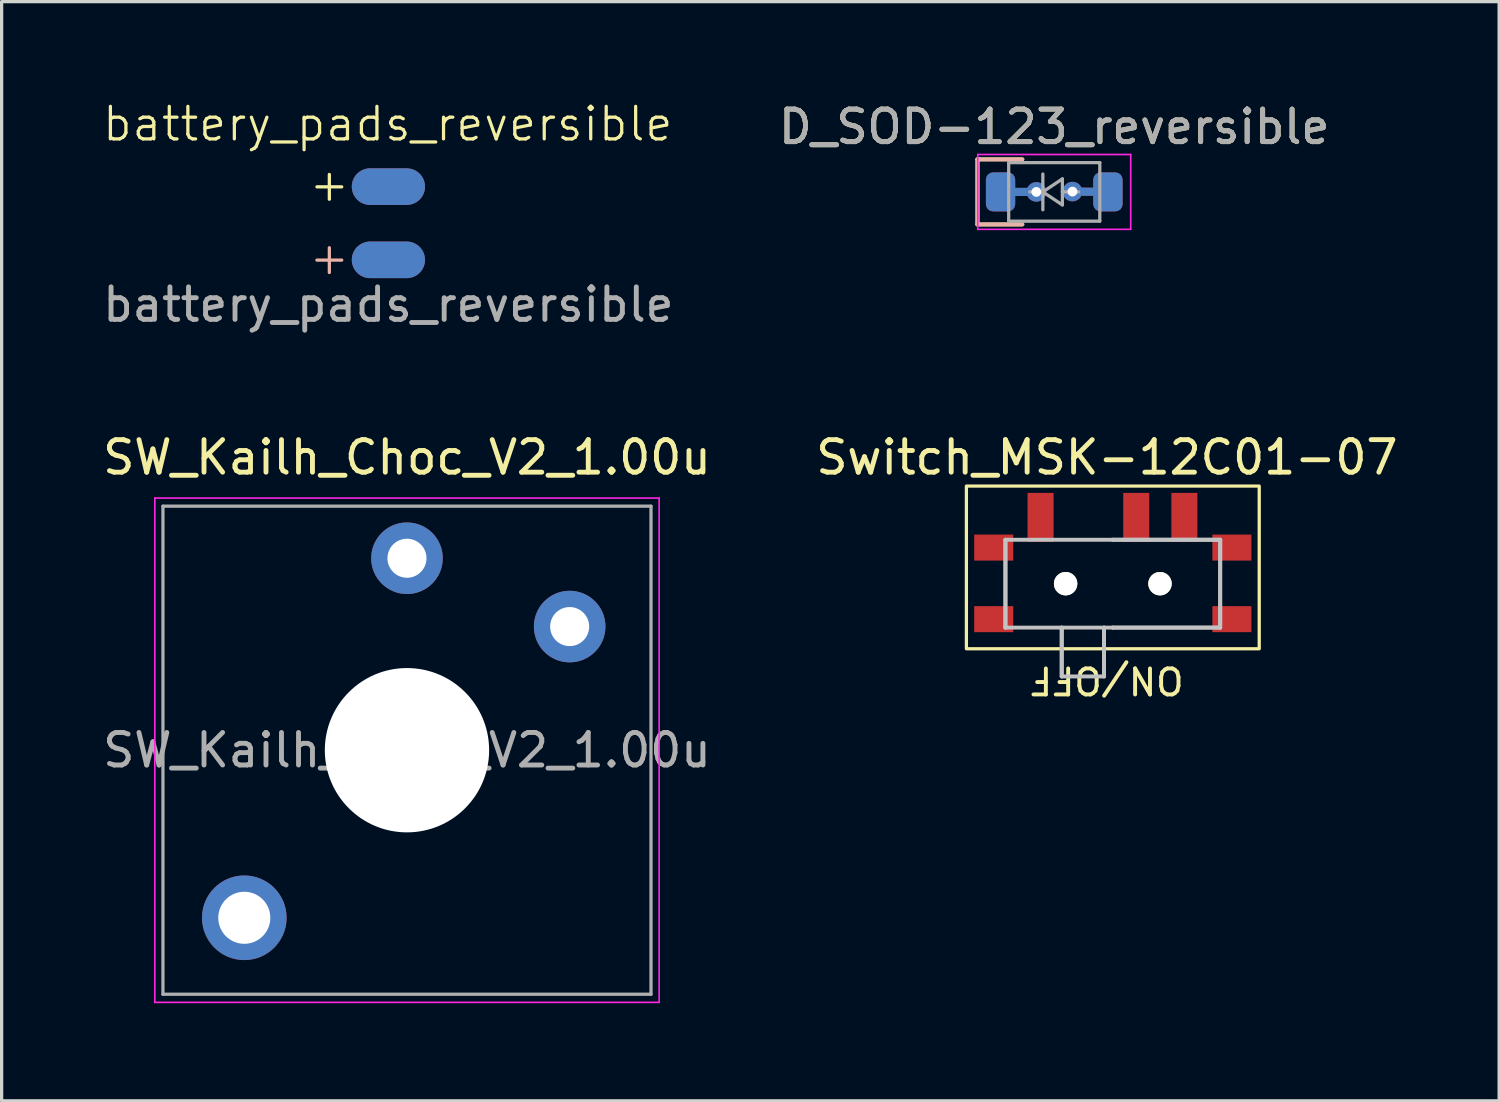
<source format=kicad_pcb>
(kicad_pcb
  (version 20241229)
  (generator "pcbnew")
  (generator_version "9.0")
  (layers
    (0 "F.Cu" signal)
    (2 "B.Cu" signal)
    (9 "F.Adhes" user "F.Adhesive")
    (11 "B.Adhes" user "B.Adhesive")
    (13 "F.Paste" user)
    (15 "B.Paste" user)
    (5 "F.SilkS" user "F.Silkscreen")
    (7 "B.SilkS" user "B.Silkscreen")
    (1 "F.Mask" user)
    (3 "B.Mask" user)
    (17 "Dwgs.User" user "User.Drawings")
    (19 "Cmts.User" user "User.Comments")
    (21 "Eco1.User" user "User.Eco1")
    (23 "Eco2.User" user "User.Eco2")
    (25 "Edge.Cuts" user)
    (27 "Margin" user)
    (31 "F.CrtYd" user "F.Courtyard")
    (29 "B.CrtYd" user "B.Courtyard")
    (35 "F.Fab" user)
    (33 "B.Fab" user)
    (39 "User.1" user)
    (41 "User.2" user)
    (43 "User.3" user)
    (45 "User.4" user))
  (footprint "battery_pads_reversible"
    (layer "F.Cu")
    (at 8.887 3.811)
    (property "Reference" "battery_pads_reversible" (at -0.02 -3.05 0) (unlocked yes) (layer "F.SilkS") (effects (font (size 1 1) (thickness 0.1))))
    (attr smd)
    (fp_text user "+" (at -2.5 -0.61 0) (unlocked yes) (layer "F.SilkS") (effects (font (size 1 1) (thickness 0.1)) (justify left bottom)))
    (fp_text user "+" (at -2.5 0.625 180) (unlocked yes) (layer "B.SilkS") (effects (font (size 1 1) (thickness 0.1)) (justify left bottom mirror)))
    (fp_text user "${REFERENCE}" (at 0 2.5 0) (unlocked yes) (layer "F.Fab") (effects (font (size 1 1) (thickness 0.15))))
    (pad "+" smd oval (at 0 -1.125) (size 2.25 1.125) (layers "F.Cu" "F.Mask" "F.Paste"))
    (pad "+" smd oval (at 0 1.125 180) (size 2.25 1.125) (layers "B.Cu" "B.Mask" "B.Paste"))
    (pad "-" smd oval (at 0 -1.125 180) (size 2.25 1.125) (layers "B.Cu" "B.Mask" "B.Paste"))
    (pad "-" smd oval (at 0 1.125) (size 2.25 1.125) (layers "F.Cu" "F.Mask" "F.Paste")))
  (footprint "Switch_MSK-12C01-07"
    (layer "F.Cu")
    (at 31.151 14.889)
    (property "Reference" "Switch_MSK-12C01-07" (at -0.181 -3.882 0) (layer "F.SilkS") (effects (font (size 1 1) (thickness 0.15))))
    (attr through_hole)
    (fp_rect (start -4.5 -3) (end 4.5 2) (stroke (width 0.1) (type default)) (fill no) (layer "F.SilkS"))
    (fp_line (start -3.3 -1.35) (end -3.3 1.35) (stroke (width 0.12) (type solid)) (layer "Dwgs.User"))
    (fp_line (start -3.3 -1.35) (end -3.3 1.35) (stroke (width 0.12) (type solid)) (layer "Dwgs.User"))
    (fp_line (start -3.3 -1.35) (end 0 -1.35) (stroke (width 0.12) (type solid)) (layer "Dwgs.User"))
    (fp_line (start -3.3 1.35) (end 0 1.35) (stroke (width 0.12) (type solid)) (layer "Dwgs.User"))
    (fp_line (start -1.57 1.35) (end -1.57 2.85) (stroke (width 0.12) (type solid)) (layer "Dwgs.User"))
    (fp_line (start -1.57 1.35) (end -1.57 2.85) (stroke (width 0.12) (type solid)) (layer "Dwgs.User"))
    (fp_line (start -1.57 2.85) (end -0.27 2.85) (stroke (width 0.12) (type solid)) (layer "Dwgs.User"))
    (fp_line (start -0.27 1.35) (end -0.27 2.85) (stroke (width 0.12) (type solid)) (layer "Dwgs.User"))
    (fp_line (start -0.27 1.35) (end -0.27 2.85) (stroke (width 0.12) (type solid)) (layer "Dwgs.User"))
    (fp_line (start 0 -1.35) (end 3.3 -1.35) (stroke (width 0.12) (type solid)) (layer "Dwgs.User"))
    (fp_line (start 0 -1.35) (end 3.3 -1.35) (stroke (width 0.12) (type solid)) (layer "Dwgs.User"))
    (fp_line (start 0 1.35) (end 3.3 1.35) (stroke (width 0.12) (type solid)) (layer "Dwgs.User"))
    (fp_line (start 0 1.35) (end 3.3 1.35) (stroke (width 0.12) (type solid)) (layer "Dwgs.User"))
    (fp_line (start 3.3 -1.35) (end 3.3 1.35) (stroke (width 0.12) (type solid)) (layer "Dwgs.User"))
    (fp_line (start 3.3 -1.35) (end 3.3 1.35) (stroke (width 0.12) (type solid)) (layer "Dwgs.User"))
    (fp_text user "ON/OFF" (at 2.25 2.5 180) (unlocked yes) (layer "F.SilkS") (effects (font (size 0.8 0.8) (thickness 0.12)) (justify left bottom)))
    (pad "" np_thru_hole circle (at -1.45 0) (size 0.72 0.72) (drill 0.72) (layers "*.Cu" "*.Mask" "F.SilkS"))
    (pad "" np_thru_hole circle (at 1.45 0) (size 0.72 0.72) (drill 0.72) (layers "*.Cu" "*.Mask" "F.SilkS"))
    (pad "1" smd rect (at -2.22 -2.04) (size 0.8 1.5) (layers "F.Cu" "F.Mask" "F.Paste"))
    (pad "2" smd rect (at 0.72 -2.04) (size 0.8 1.5) (layers "F.Cu" "F.Mask" "F.Paste"))
    (pad "3" smd rect (at 2.2 -2.04) (size 0.8 1.5) (layers "F.Cu" "F.Mask" "F.Paste"))
    (pad "4" smd rect (at -3.66 -1.11) (size 1.2 0.8) (layers "F.Cu" "F.Mask" "F.Paste"))
    (pad "4" smd rect (at -3.66 1.09) (size 1.2 0.8) (layers "F.Cu" "F.Mask" "F.Paste"))
    (pad "4" smd rect (at 3.66 -1.11) (size 1.2 0.8) (layers "F.Cu" "F.Mask" "F.Paste"))
    (pad "4" smd rect (at 3.66 1.09) (size 1.2 0.8) (layers "F.Cu" "F.Mask" "F.Paste")))
  (footprint "D_SOD-123_reversible"
    (layer "F.Cu")
    (at 29.351 2.848)
    (property "Reference" "D_SOD-123_reversible" (at 0 -2 0) (layer "F.SilkS") (effects (font (size 1 1) (thickness 0.15))))
    (attr smd)
    (fp_line (start -0.55 0) (end -1.65 0) (stroke (width 0.25) (type default)) (layer "F.Cu"))
    (fp_line (start 0.56 -0.01) (end 1.65 0) (stroke (width 0.25) (type default)) (layer "F.Cu"))
    (fp_line (start -0.55 0) (end -1.65 0) (stroke (width 0.25) (type default)) (layer "B.Cu"))
    (fp_line (start 0.56 -0.01) (end 1.65 0) (stroke (width 0.25) (type default)) (layer "B.Cu"))
    (fp_line (start -2.36 -1) (end -2.36 1) (stroke (width 0.12) (type solid)) (layer "F.SilkS"))
    (fp_line (start -2.36 -1) (end -0.98 -1) (stroke (width 0.12) (type solid)) (layer "F.SilkS"))
    (fp_line (start -2.36 1) (end -0.98 1) (stroke (width 0.12) (type solid)) (layer "F.SilkS"))
    (fp_line (start -2.36 -1) (end -2.36 1) (stroke (width 0.12) (type solid)) (layer "B.SilkS"))
    (fp_line (start -0.98 -1) (end -2.36 -1) (stroke (width 0.12) (type solid)) (layer "B.SilkS"))
    (fp_line (start -0.98 1) (end -2.36 1) (stroke (width 0.12) (type solid)) (layer "B.SilkS"))
    (fp_line (start -2.35 -1.15) (end -2.35 1.15) (stroke (width 0.05) (type solid)) (layer "F.CrtYd"))
    (fp_line (start -2.35 -1.15) (end 2.35 -1.15) (stroke (width 0.05) (type solid)) (layer "F.CrtYd"))
    (fp_line (start 2.35 -1.15) (end 2.35 1.15) (stroke (width 0.05) (type solid)) (layer "F.CrtYd"))
    (fp_line (start 2.35 1.15) (end -2.35 1.15) (stroke (width 0.05) (type solid)) (layer "F.CrtYd"))
    (fp_line (start -1.4 -0.9) (end 1.4 -0.9) (stroke (width 0.1) (type solid)) (layer "F.Fab"))
    (fp_line (start -1.4 0.9) (end -1.4 -0.9) (stroke (width 0.1) (type solid)) (layer "F.Fab"))
    (fp_line (start -0.75 0) (end -0.35 0) (stroke (width 0.1) (type solid)) (layer "F.Fab"))
    (fp_line (start -0.35 0) (end -0.35 -0.55) (stroke (width 0.1) (type solid)) (layer "F.Fab"))
    (fp_line (start -0.35 0) (end -0.35 0.55) (stroke (width 0.1) (type solid)) (layer "F.Fab"))
    (fp_line (start -0.35 0) (end 0.25 -0.4) (stroke (width 0.1) (type solid)) (layer "F.Fab"))
    (fp_line (start 0.25 -0.4) (end 0.25 0.4) (stroke (width 0.1) (type solid)) (layer "F.Fab"))
    (fp_line (start 0.25 0) (end 0.75 0) (stroke (width 0.1) (type solid)) (layer "F.Fab"))
    (fp_line (start 0.25 0.4) (end -0.35 0) (stroke (width 0.1) (type solid)) (layer "F.Fab"))
    (fp_line (start 1.4 -0.9) (end 1.4 0.9) (stroke (width 0.1) (type solid)) (layer "F.Fab"))
    (fp_line (start 1.4 0.9) (end -1.4 0.9) (stroke (width 0.1) (type solid)) (layer "F.Fab"))
    (fp_text user "${REFERENCE}" (at 0 -2 0) (layer "F.Fab") (effects (font (size 1 1) (thickness 0.15))))
    (pad "" smd roundrect (at -1.65 0) (size 0.9 1.2) (layers "B.Cu" "B.Mask" "B.Paste") (roundrect_rratio 0.25))
    (pad "" smd roundrect (at 1.65 0) (size 0.9 1.2) (layers "B.Cu" "B.Mask" "B.Paste") (roundrect_rratio 0.25))
    (pad "1" smd roundrect (at -1.65 0) (size 0.9 1.2) (layers "F.Cu" "F.Mask" "F.Paste") (roundrect_rratio 0.25))
    (pad "1" thru_hole circle (at -0.55 0) (size 0.6 0.6) (drill 0.3) (layers "*.Cu" "*.Mask"))
    (pad "2" thru_hole circle (at 0.56 -0.01) (size 0.6 0.6) (drill 0.3) (layers "*.Cu" "*.Mask"))
    (pad "2" smd roundrect (at 1.65 0) (size 0.9 1.2) (layers "F.Cu" "F.Mask" "F.Paste") (roundrect_rratio 0.25)))
  (footprint "SW_Kailh_Choc_V2_1.00u"
    (layer "F.Cu")
    (at 9.458 20.007)
    (property "Reference" "SW_Kailh_Choc_V2_1.00u" (at 0 -9 0) (layer "F.SilkS") (effects (font (size 1 1) (thickness 0.15))))
    (attr through_hole)
    (fp_line (start -7.25 -7.25) (end -7.25 7.25) (stroke (width 0.1) (type solid)) (layer "Eco1.User"))
    (fp_line (start -7.25 7.25) (end 7.25 7.25) (stroke (width 0.1) (type solid)) (layer "Eco1.User"))
    (fp_line (start 7.25 -7.25) (end -7.25 -7.25) (stroke (width 0.1) (type solid)) (layer "Eco1.User"))
    (fp_line (start 7.25 7.25) (end 7.25 -7.25) (stroke (width 0.1) (type solid)) (layer "Eco1.User"))
    (fp_line (start -7.75 -7.75) (end -7.75 7.75) (stroke (width 0.05) (type solid)) (layer "F.CrtYd"))
    (fp_line (start -7.75 7.75) (end 7.75 7.75) (stroke (width 0.05) (type solid)) (layer "F.CrtYd"))
    (fp_line (start 7.75 -7.75) (end -7.75 -7.75) (stroke (width 0.05) (type solid)) (layer "F.CrtYd"))
    (fp_line (start 7.75 7.75) (end 7.75 -7.75) (stroke (width 0.05) (type solid)) (layer "F.CrtYd"))
    (fp_line (start -7.5 -7.5) (end -7.5 7.5) (stroke (width 0.1) (type solid)) (layer "F.Fab"))
    (fp_line (start -7.5 7.5) (end 7.5 7.5) (stroke (width 0.1) (type solid)) (layer "F.Fab"))
    (fp_line (start 7.5 -7.5) (end -7.5 -7.5) (stroke (width 0.1) (type solid)) (layer "F.Fab"))
    (fp_line (start 7.5 7.5) (end 7.5 -7.5) (stroke (width 0.1) (type solid)) (layer "F.Fab"))
    (fp_text user "${REFERENCE}" (at 0 0 0) (layer "F.Fab") (effects (font (size 1 1) (thickness 0.15))))
    (pad "" thru_hole circle (at -5 5.15) (size 2.6 2.6) (drill 1.6) (layers "*.Cu" "*.Mask"))
    (pad "" np_thru_hole circle (at 0 0) (size 5.05 5.05) (drill 5.05) (layers "*.Cu" "*.Mask"))
    (pad "1" thru_hole circle (at 0 -5.9) (size 2.2 2.2) (drill 1.2) (layers "*.Cu" "*.Mask"))
    (pad "2" thru_hole circle (at 5 -3.8) (size 2.2 2.2) (drill 1.2) (layers "*.Cu" "*.Mask")))
  (gr_rect
    (start -3 -3)
    (end 43.024 30.782)
    (stroke (width 0.1) (type default))
    (fill no)
    (layer "Edge.Cuts")))
</source>
